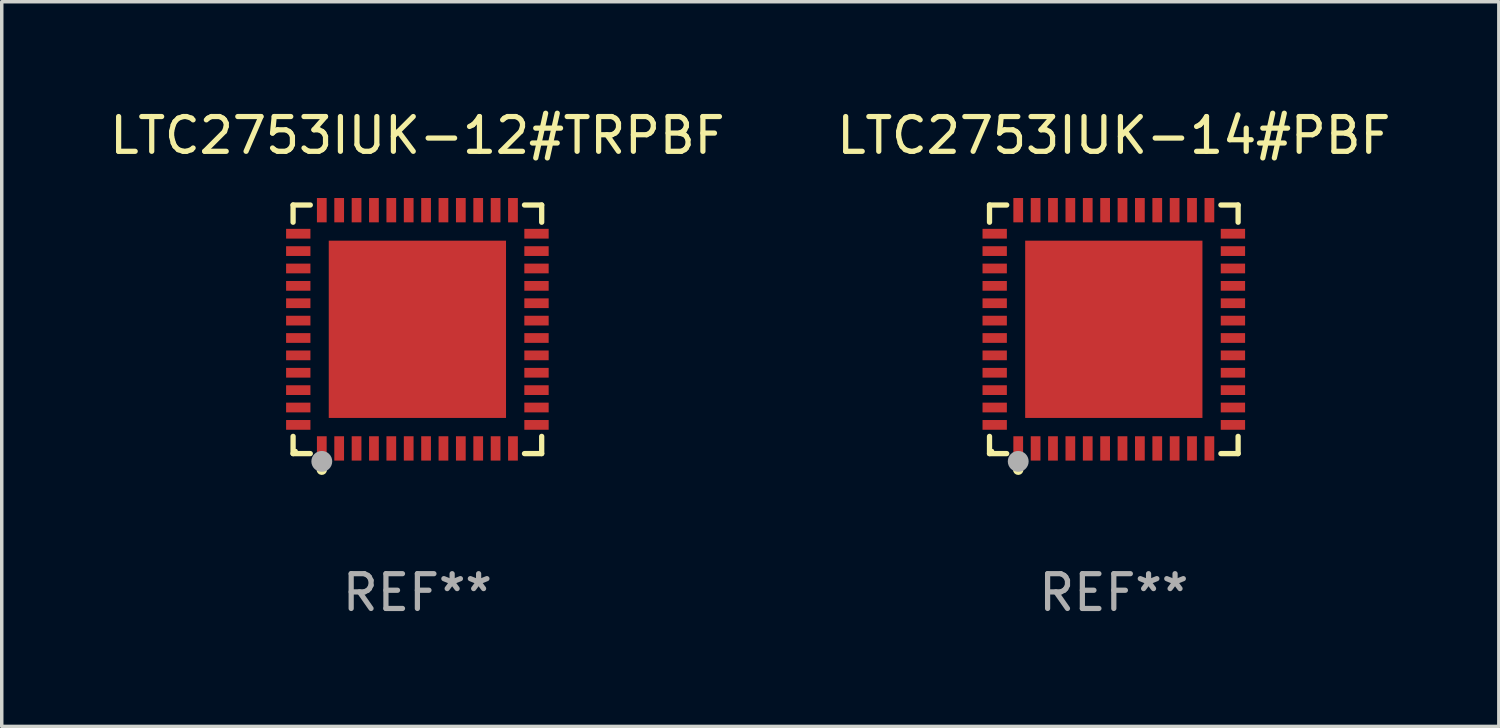
<source format=kicad_pcb>
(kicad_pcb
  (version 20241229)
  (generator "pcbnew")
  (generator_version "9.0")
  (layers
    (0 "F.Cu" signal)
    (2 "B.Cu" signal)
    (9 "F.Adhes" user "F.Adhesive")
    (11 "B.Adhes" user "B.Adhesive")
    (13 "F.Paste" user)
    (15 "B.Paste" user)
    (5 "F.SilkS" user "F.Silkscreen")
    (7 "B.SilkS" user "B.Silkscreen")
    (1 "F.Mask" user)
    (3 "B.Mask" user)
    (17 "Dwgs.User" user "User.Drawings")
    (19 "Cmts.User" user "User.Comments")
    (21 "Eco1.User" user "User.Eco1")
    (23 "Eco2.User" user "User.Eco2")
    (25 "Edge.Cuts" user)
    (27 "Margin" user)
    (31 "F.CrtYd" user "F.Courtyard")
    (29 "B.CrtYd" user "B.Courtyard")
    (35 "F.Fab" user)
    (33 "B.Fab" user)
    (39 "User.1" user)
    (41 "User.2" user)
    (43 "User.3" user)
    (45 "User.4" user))
  (footprint "LTC2753IUK-14#PBF"
    (layer "F.Cu")
    (at 28.994 6.424)
    (property "Reference" "LTC2753IUK-14#PBF" (at 0 -5.576 0) (layer "F.SilkS") (effects (font (size 1 1) (thickness 0.15))))
    (attr through_hole)
    (fp_line (start -3.576 -3.576) (end -3.081 -3.576) (stroke (width 0.152) (type solid)) (layer "F.SilkS"))
    (fp_line (start -3.576 -3.081) (end -3.576 -3.576) (stroke (width 0.152) (type solid)) (layer "F.SilkS"))
    (fp_line (start -3.576 3.081) (end -3.576 3.576) (stroke (width 0.152) (type solid)) (layer "F.SilkS"))
    (fp_line (start -3.576 3.576) (end -3.081 3.576) (stroke (width 0.152) (type solid)) (layer "F.SilkS"))
    (fp_line (start 3.576 -3.576) (end 3.081 -3.576) (stroke (width 0.152) (type solid)) (layer "F.SilkS"))
    (fp_line (start 3.576 -3.081) (end 3.576 -3.576) (stroke (width 0.152) (type solid)) (layer "F.SilkS"))
    (fp_line (start 3.576 3.081) (end 3.576 3.576) (stroke (width 0.152) (type solid)) (layer "F.SilkS"))
    (fp_line (start 3.576 3.576) (end 3.081 3.576) (stroke (width 0.152) (type solid)) (layer "F.SilkS"))
    (fp_circle (center -3.5 3.5) (end -3.47 3.5) (stroke (width 0.06) (type solid)) (fill no) (layer "F.SilkS"))
    (fp_circle (center -2.75 4.04) (end -2.675 4.04) (stroke (width 0.15) (type solid)) (fill no) (layer "F.SilkS"))
    (fp_circle (center -2.75 3.8) (end -2.6 3.8) (stroke (width 0.3) (type solid)) (fill no) (layer "F.Fab"))
    (fp_text user "REF**" (at 0 7.576 0) (layer "F.Fab") (effects (font (size 1 1) (thickness 0.15))))
    (pad "1" smd rect (at -2.75 3.427) (size 0.28 0.7) (layers "F.Cu" "F.Mask" "F.Paste"))
    (pad "2" smd rect (at -2.25 3.427) (size 0.28 0.7) (layers "F.Cu" "F.Mask" "F.Paste"))
    (pad "3" smd rect (at -1.75 3.427) (size 0.28 0.7) (layers "F.Cu" "F.Mask" "F.Paste"))
    (pad "4" smd rect (at -1.25 3.427) (size 0.28 0.7) (layers "F.Cu" "F.Mask" "F.Paste"))
    (pad "5" smd rect (at -0.75 3.427) (size 0.28 0.7) (layers "F.Cu" "F.Mask" "F.Paste"))
    (pad "6" smd rect (at -0.25 3.427) (size 0.28 0.7) (layers "F.Cu" "F.Mask" "F.Paste"))
    (pad "7" smd rect (at 0.25 3.427) (size 0.28 0.7) (layers "F.Cu" "F.Mask" "F.Paste"))
    (pad "8" smd rect (at 0.75 3.427) (size 0.28 0.7) (layers "F.Cu" "F.Mask" "F.Paste"))
    (pad "9" smd rect (at 1.25 3.427) (size 0.28 0.7) (layers "F.Cu" "F.Mask" "F.Paste"))
    (pad "10" smd rect (at 1.75 3.427) (size 0.28 0.7) (layers "F.Cu" "F.Mask" "F.Paste"))
    (pad "11" smd rect (at 2.25 3.427) (size 0.28 0.7) (layers "F.Cu" "F.Mask" "F.Paste"))
    (pad "12" smd rect (at 2.75 3.427) (size 0.28 0.7) (layers "F.Cu" "F.Mask" "F.Paste"))
    (pad "13" smd rect (at 3.427 2.75) (size 0.7 0.28) (layers "F.Cu" "F.Mask" "F.Paste"))
    (pad "14" smd rect (at 3.427 2.25) (size 0.7 0.28) (layers "F.Cu" "F.Mask" "F.Paste"))
    (pad "15" smd rect (at 3.427 1.75) (size 0.7 0.28) (layers "F.Cu" "F.Mask" "F.Paste"))
    (pad "16" smd rect (at 3.427 1.25) (size 0.7 0.28) (layers "F.Cu" "F.Mask" "F.Paste"))
    (pad "17" smd rect (at 3.427 0.75) (size 0.7 0.28) (layers "F.Cu" "F.Mask" "F.Paste"))
    (pad "18" smd rect (at 3.427 0.25) (size 0.7 0.28) (layers "F.Cu" "F.Mask" "F.Paste"))
    (pad "19" smd rect (at 3.427 -0.25) (size 0.7 0.28) (layers "F.Cu" "F.Mask" "F.Paste"))
    (pad "20" smd rect (at 3.427 -0.75) (size 0.7 0.28) (layers "F.Cu" "F.Mask" "F.Paste"))
    (pad "21" smd rect (at 3.427 -1.25) (size 0.7 0.28) (layers "F.Cu" "F.Mask" "F.Paste"))
    (pad "22" smd rect (at 3.427 -1.75) (size 0.7 0.28) (layers "F.Cu" "F.Mask" "F.Paste"))
    (pad "23" smd rect (at 3.427 -2.25) (size 0.7 0.28) (layers "F.Cu" "F.Mask" "F.Paste"))
    (pad "24" smd rect (at 3.427 -2.75) (size 0.7 0.28) (layers "F.Cu" "F.Mask" "F.Paste"))
    (pad "25" smd rect (at 2.75 -3.427) (size 0.28 0.7) (layers "F.Cu" "F.Mask" "F.Paste"))
    (pad "26" smd rect (at 2.25 -3.427) (size 0.28 0.7) (layers "F.Cu" "F.Mask" "F.Paste"))
    (pad "27" smd rect (at 1.75 -3.427) (size 0.28 0.7) (layers "F.Cu" "F.Mask" "F.Paste"))
    (pad "28" smd rect (at 1.25 -3.427) (size 0.28 0.7) (layers "F.Cu" "F.Mask" "F.Paste"))
    (pad "29" smd rect (at 0.75 -3.427) (size 0.28 0.7) (layers "F.Cu" "F.Mask" "F.Paste"))
    (pad "30" smd rect (at 0.25 -3.427) (size 0.28 0.7) (layers "F.Cu" "F.Mask" "F.Paste"))
    (pad "31" smd rect (at -0.25 -3.427) (size 0.28 0.7) (layers "F.Cu" "F.Mask" "F.Paste"))
    (pad "32" smd rect (at -0.75 -3.427) (size 0.28 0.7) (layers "F.Cu" "F.Mask" "F.Paste"))
    (pad "33" smd rect (at -1.25 -3.427) (size 0.28 0.7) (layers "F.Cu" "F.Mask" "F.Paste"))
    (pad "34" smd rect (at -1.75 -3.427) (size 0.28 0.7) (layers "F.Cu" "F.Mask" "F.Paste"))
    (pad "35" smd rect (at -2.25 -3.427) (size 0.28 0.7) (layers "F.Cu" "F.Mask" "F.Paste"))
    (pad "36" smd rect (at -2.75 -3.427) (size 0.28 0.7) (layers "F.Cu" "F.Mask" "F.Paste"))
    (pad "37" smd rect (at -3.427 -2.75) (size 0.7 0.28) (layers "F.Cu" "F.Mask" "F.Paste"))
    (pad "38" smd rect (at -3.427 -2.25) (size 0.7 0.28) (layers "F.Cu" "F.Mask" "F.Paste"))
    (pad "39" smd rect (at -3.427 -1.75) (size 0.7 0.28) (layers "F.Cu" "F.Mask" "F.Paste"))
    (pad "40" smd rect (at -3.427 -1.25) (size 0.7 0.28) (layers "F.Cu" "F.Mask" "F.Paste"))
    (pad "41" smd rect (at -3.427 -0.75) (size 0.7 0.28) (layers "F.Cu" "F.Mask" "F.Paste"))
    (pad "42" smd rect (at -3.427 -0.25) (size 0.7 0.28) (layers "F.Cu" "F.Mask" "F.Paste"))
    (pad "43" smd rect (at -3.427 0.25) (size 0.7 0.28) (layers "F.Cu" "F.Mask" "F.Paste"))
    (pad "44" smd rect (at -3.427 0.75) (size 0.7 0.28) (layers "F.Cu" "F.Mask" "F.Paste"))
    (pad "45" smd rect (at -3.427 1.25) (size 0.7 0.28) (layers "F.Cu" "F.Mask" "F.Paste"))
    (pad "46" smd rect (at -3.427 1.75) (size 0.7 0.28) (layers "F.Cu" "F.Mask" "F.Paste"))
    (pad "47" smd rect (at -3.427 2.25) (size 0.7 0.28) (layers "F.Cu" "F.Mask" "F.Paste"))
    (pad "48" smd rect (at -3.427 2.75) (size 0.7 0.28) (layers "F.Cu" "F.Mask" "F.Paste"))
    (pad "49" smd rect (at 0 0) (size 5.1 5.1) (layers "F.Cu" "F.Mask" "F.Paste")))
  (footprint "LTC2753IUK-12#TRPBF"
    (layer "F.Cu")
    (at 8.958 6.424)
    (property "Reference" "LTC2753IUK-12#TRPBF" (at 0 -5.576 0) (layer "F.SilkS") (effects (font (size 1 1) (thickness 0.15))))
    (attr through_hole)
    (fp_line (start -3.576 -3.576) (end -3.081 -3.576) (stroke (width 0.152) (type solid)) (layer "F.SilkS"))
    (fp_line (start -3.576 -3.081) (end -3.576 -3.576) (stroke (width 0.152) (type solid)) (layer "F.SilkS"))
    (fp_line (start -3.576 3.081) (end -3.576 3.576) (stroke (width 0.152) (type solid)) (layer "F.SilkS"))
    (fp_line (start -3.576 3.576) (end -3.081 3.576) (stroke (width 0.152) (type solid)) (layer "F.SilkS"))
    (fp_line (start 3.576 -3.576) (end 3.081 -3.576) (stroke (width 0.152) (type solid)) (layer "F.SilkS"))
    (fp_line (start 3.576 -3.081) (end 3.576 -3.576) (stroke (width 0.152) (type solid)) (layer "F.SilkS"))
    (fp_line (start 3.576 3.081) (end 3.576 3.576) (stroke (width 0.152) (type solid)) (layer "F.SilkS"))
    (fp_line (start 3.576 3.576) (end 3.081 3.576) (stroke (width 0.152) (type solid)) (layer "F.SilkS"))
    (fp_circle (center -3.5 3.5) (end -3.47 3.5) (stroke (width 0.06) (type solid)) (fill no) (layer "F.SilkS"))
    (fp_circle (center -2.75 4.04) (end -2.675 4.04) (stroke (width 0.15) (type solid)) (fill no) (layer "F.SilkS"))
    (fp_circle (center -2.75 3.8) (end -2.6 3.8) (stroke (width 0.3) (type solid)) (fill no) (layer "F.Fab"))
    (fp_text user "REF**" (at 0 7.576 0) (layer "F.Fab") (effects (font (size 1 1) (thickness 0.15))))
    (pad "1" smd rect (at -2.75 3.427) (size 0.28 0.7) (layers "F.Cu" "F.Mask" "F.Paste"))
    (pad "2" smd rect (at -2.25 3.427) (size 0.28 0.7) (layers "F.Cu" "F.Mask" "F.Paste"))
    (pad "3" smd rect (at -1.75 3.427) (size 0.28 0.7) (layers "F.Cu" "F.Mask" "F.Paste"))
    (pad "4" smd rect (at -1.25 3.427) (size 0.28 0.7) (layers "F.Cu" "F.Mask" "F.Paste"))
    (pad "5" smd rect (at -0.75 3.427) (size 0.28 0.7) (layers "F.Cu" "F.Mask" "F.Paste"))
    (pad "6" smd rect (at -0.25 3.427) (size 0.28 0.7) (layers "F.Cu" "F.Mask" "F.Paste"))
    (pad "7" smd rect (at 0.25 3.427) (size 0.28 0.7) (layers "F.Cu" "F.Mask" "F.Paste"))
    (pad "8" smd rect (at 0.75 3.427) (size 0.28 0.7) (layers "F.Cu" "F.Mask" "F.Paste"))
    (pad "9" smd rect (at 1.25 3.427) (size 0.28 0.7) (layers "F.Cu" "F.Mask" "F.Paste"))
    (pad "10" smd rect (at 1.75 3.427) (size 0.28 0.7) (layers "F.Cu" "F.Mask" "F.Paste"))
    (pad "11" smd rect (at 2.25 3.427) (size 0.28 0.7) (layers "F.Cu" "F.Mask" "F.Paste"))
    (pad "12" smd rect (at 2.75 3.427) (size 0.28 0.7) (layers "F.Cu" "F.Mask" "F.Paste"))
    (pad "13" smd rect (at 3.427 2.75) (size 0.7 0.28) (layers "F.Cu" "F.Mask" "F.Paste"))
    (pad "14" smd rect (at 3.427 2.25) (size 0.7 0.28) (layers "F.Cu" "F.Mask" "F.Paste"))
    (pad "15" smd rect (at 3.427 1.75) (size 0.7 0.28) (layers "F.Cu" "F.Mask" "F.Paste"))
    (pad "16" smd rect (at 3.427 1.25) (size 0.7 0.28) (layers "F.Cu" "F.Mask" "F.Paste"))
    (pad "17" smd rect (at 3.427 0.75) (size 0.7 0.28) (layers "F.Cu" "F.Mask" "F.Paste"))
    (pad "18" smd rect (at 3.427 0.25) (size 0.7 0.28) (layers "F.Cu" "F.Mask" "F.Paste"))
    (pad "19" smd rect (at 3.427 -0.25) (size 0.7 0.28) (layers "F.Cu" "F.Mask" "F.Paste"))
    (pad "20" smd rect (at 3.427 -0.75) (size 0.7 0.28) (layers "F.Cu" "F.Mask" "F.Paste"))
    (pad "21" smd rect (at 3.427 -1.25) (size 0.7 0.28) (layers "F.Cu" "F.Mask" "F.Paste"))
    (pad "22" smd rect (at 3.427 -1.75) (size 0.7 0.28) (layers "F.Cu" "F.Mask" "F.Paste"))
    (pad "23" smd rect (at 3.427 -2.25) (size 0.7 0.28) (layers "F.Cu" "F.Mask" "F.Paste"))
    (pad "24" smd rect (at 3.427 -2.75) (size 0.7 0.28) (layers "F.Cu" "F.Mask" "F.Paste"))
    (pad "25" smd rect (at 2.75 -3.427) (size 0.28 0.7) (layers "F.Cu" "F.Mask" "F.Paste"))
    (pad "26" smd rect (at 2.25 -3.427) (size 0.28 0.7) (layers "F.Cu" "F.Mask" "F.Paste"))
    (pad "27" smd rect (at 1.75 -3.427) (size 0.28 0.7) (layers "F.Cu" "F.Mask" "F.Paste"))
    (pad "28" smd rect (at 1.25 -3.427) (size 0.28 0.7) (layers "F.Cu" "F.Mask" "F.Paste"))
    (pad "29" smd rect (at 0.75 -3.427) (size 0.28 0.7) (layers "F.Cu" "F.Mask" "F.Paste"))
    (pad "30" smd rect (at 0.25 -3.427) (size 0.28 0.7) (layers "F.Cu" "F.Mask" "F.Paste"))
    (pad "31" smd rect (at -0.25 -3.427) (size 0.28 0.7) (layers "F.Cu" "F.Mask" "F.Paste"))
    (pad "32" smd rect (at -0.75 -3.427) (size 0.28 0.7) (layers "F.Cu" "F.Mask" "F.Paste"))
    (pad "33" smd rect (at -1.25 -3.427) (size 0.28 0.7) (layers "F.Cu" "F.Mask" "F.Paste"))
    (pad "34" smd rect (at -1.75 -3.427) (size 0.28 0.7) (layers "F.Cu" "F.Mask" "F.Paste"))
    (pad "35" smd rect (at -2.25 -3.427) (size 0.28 0.7) (layers "F.Cu" "F.Mask" "F.Paste"))
    (pad "36" smd rect (at -2.75 -3.427) (size 0.28 0.7) (layers "F.Cu" "F.Mask" "F.Paste"))
    (pad "37" smd rect (at -3.427 -2.75) (size 0.7 0.28) (layers "F.Cu" "F.Mask" "F.Paste"))
    (pad "38" smd rect (at -3.427 -2.25) (size 0.7 0.28) (layers "F.Cu" "F.Mask" "F.Paste"))
    (pad "39" smd rect (at -3.427 -1.75) (size 0.7 0.28) (layers "F.Cu" "F.Mask" "F.Paste"))
    (pad "40" smd rect (at -3.427 -1.25) (size 0.7 0.28) (layers "F.Cu" "F.Mask" "F.Paste"))
    (pad "41" smd rect (at -3.427 -0.75) (size 0.7 0.28) (layers "F.Cu" "F.Mask" "F.Paste"))
    (pad "42" smd rect (at -3.427 -0.25) (size 0.7 0.28) (layers "F.Cu" "F.Mask" "F.Paste"))
    (pad "43" smd rect (at -3.427 0.25) (size 0.7 0.28) (layers "F.Cu" "F.Mask" "F.Paste"))
    (pad "44" smd rect (at -3.427 0.75) (size 0.7 0.28) (layers "F.Cu" "F.Mask" "F.Paste"))
    (pad "45" smd rect (at -3.427 1.25) (size 0.7 0.28) (layers "F.Cu" "F.Mask" "F.Paste"))
    (pad "46" smd rect (at -3.427 1.75) (size 0.7 0.28) (layers "F.Cu" "F.Mask" "F.Paste"))
    (pad "47" smd rect (at -3.427 2.25) (size 0.7 0.28) (layers "F.Cu" "F.Mask" "F.Paste"))
    (pad "48" smd rect (at -3.427 2.75) (size 0.7 0.28) (layers "F.Cu" "F.Mask" "F.Paste"))
    (pad "49" smd rect (at 0 0) (size 5.1 5.1) (layers "F.Cu" "F.Mask" "F.Paste")))
  (gr_rect
    (start -3 -3)
    (end 40.071 17.849)
    (stroke (width 0.1) (type default))
    (fill no)
    (layer "Edge.Cuts")))
</source>
